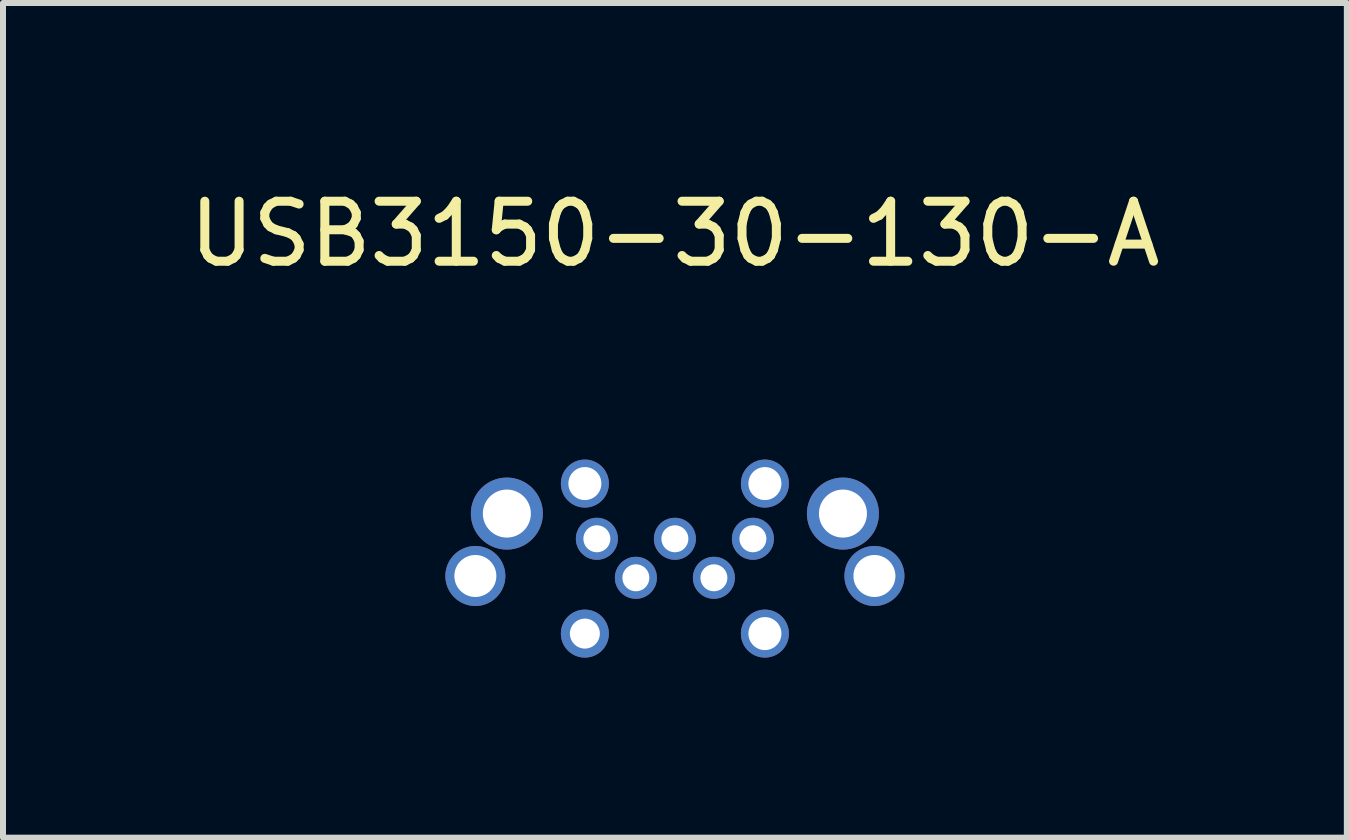
<source format=kicad_pcb>
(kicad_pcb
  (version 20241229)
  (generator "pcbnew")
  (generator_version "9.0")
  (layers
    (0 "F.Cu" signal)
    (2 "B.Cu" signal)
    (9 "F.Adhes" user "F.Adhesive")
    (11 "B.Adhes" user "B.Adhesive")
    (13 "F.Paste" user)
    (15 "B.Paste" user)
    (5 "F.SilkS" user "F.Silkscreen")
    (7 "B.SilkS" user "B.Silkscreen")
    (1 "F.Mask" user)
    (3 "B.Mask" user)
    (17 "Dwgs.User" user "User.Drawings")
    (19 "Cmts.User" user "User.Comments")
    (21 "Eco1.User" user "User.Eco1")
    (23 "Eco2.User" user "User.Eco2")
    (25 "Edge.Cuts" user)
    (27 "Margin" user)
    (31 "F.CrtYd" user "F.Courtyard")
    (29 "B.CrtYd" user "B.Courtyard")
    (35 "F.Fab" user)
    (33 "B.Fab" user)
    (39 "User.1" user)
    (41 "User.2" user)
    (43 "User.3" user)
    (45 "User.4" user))
  (footprint "USB3150-30-130-A"
    (layer "F.Cu")
    (at 8.196 5.928)
    (property "Reference" "USB3150-30-130-A" (at 0 -5.08 0) (layer "F.SilkS") (effects (font (size 1 1) (thickness 0.15))))
    (attr through_hole)
    (pad "1" thru_hole circle (at -1.3 0) (size 0.7 0.7) (drill 0.45) (layers "*.Cu" "*.Mask"))
    (pad "2" thru_hole circle (at -0.65 0.65) (size 0.7 0.7) (drill 0.45) (layers "*.Cu" "*.Mask"))
    (pad "3" thru_hole circle (at 0 0) (size 0.7 0.7) (drill 0.45) (layers "*.Cu" "*.Mask"))
    (pad "4" thru_hole circle (at 0.65 0.65) (size 0.7 0.7) (drill 0.45) (layers "*.Cu" "*.Mask"))
    (pad "5" thru_hole circle (at 1.3 0) (size 0.7 0.7) (drill 0.45) (layers "*.Cu" "*.Mask"))
    (pad "6" thru_hole circle (at -3.325 0.62) (size 1 1) (drill 0.7) (layers "*.Cu" "*.Mask"))
    (pad "6" thru_hole circle (at -2.8 -0.42) (size 1.2 1.2) (drill 0.8) (layers "*.Cu" "*.Mask"))
    (pad "6" thru_hole circle (at -1.5 -0.92) (size 0.8 0.8) (drill 0.55) (layers "*.Cu" "*.Mask"))
    (pad "6" thru_hole circle (at -1.5 1.58) (size 0.8 0.8) (drill 0.5) (layers "*.Cu" "*.Mask"))
    (pad "6" thru_hole circle (at 1.5 -0.92) (size 0.8 0.8) (drill 0.55) (layers "*.Cu" "*.Mask"))
    (pad "6" thru_hole circle (at 1.5 1.58) (size 0.8 0.8) (drill 0.55) (layers "*.Cu" "*.Mask"))
    (pad "6" thru_hole circle (at 2.8 -0.42) (size 1.2 1.2) (drill 0.8) (layers "*.Cu" "*.Mask"))
    (pad "6" thru_hole circle (at 3.325 0.62) (size 1 1) (drill 0.7) (layers "*.Cu" "*.Mask")))
  (gr_rect
    (start -3 -3)
    (end 19.393 10.908)
    (stroke (width 0.1) (type default))
    (fill no)
    (layer "Edge.Cuts")))
</source>
